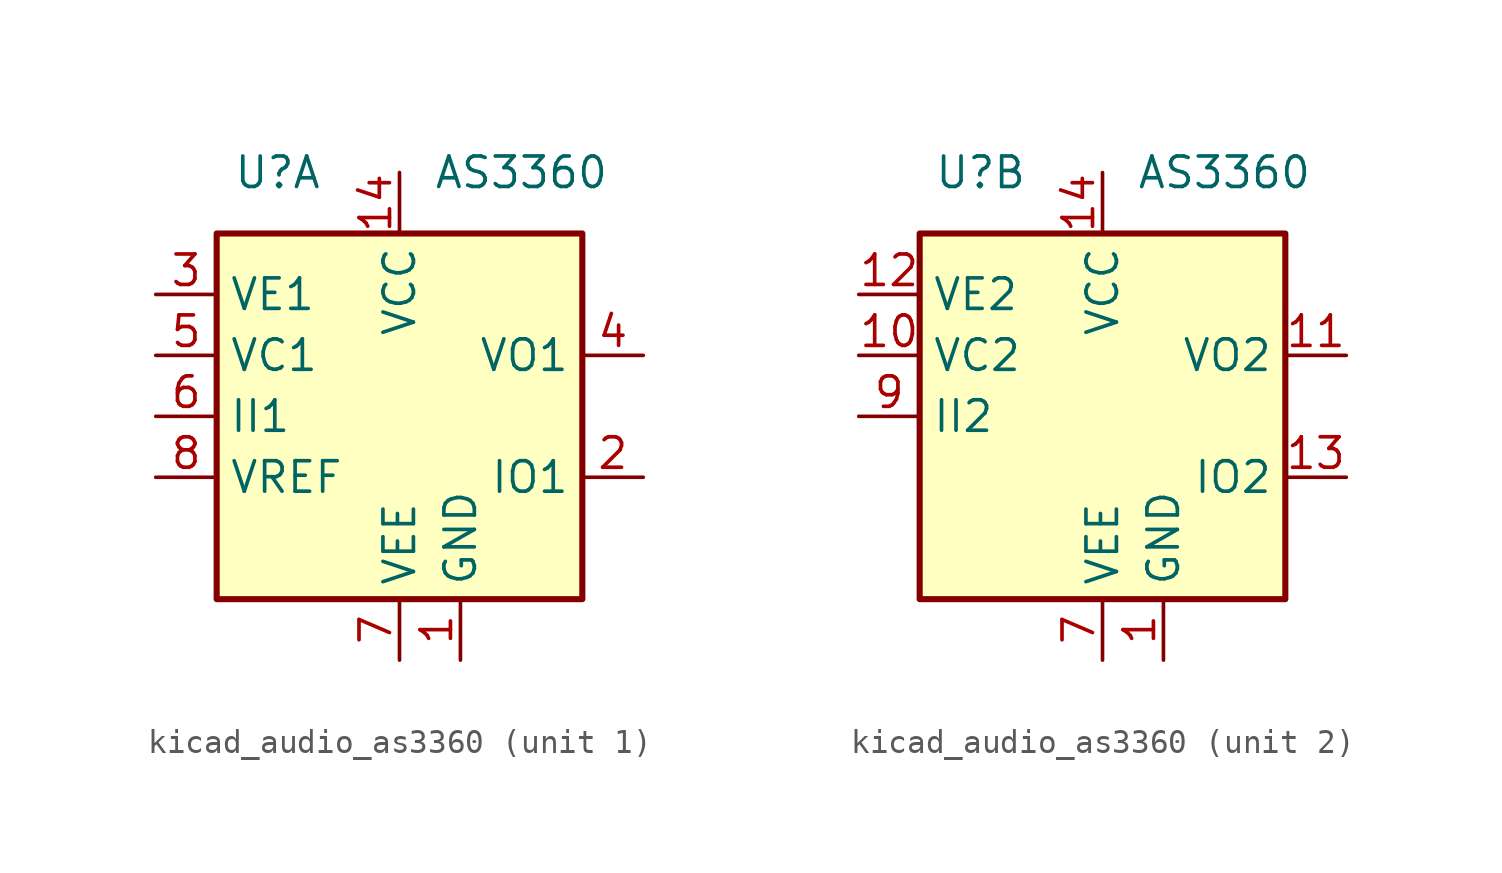
<source format=kicad_sym>
(kicad_symbol_lib
  (version 20220914)
  (generator kicad_symbol_editor)
  (symbol "kicad_audio_as3360"
    (property "Reference" "U"
      (at -5.08 10.16 0)
      (effects (font (size 1.27 1.27))))
    (property "Value" "AS3360"
      (at 5.08 10.16 0)
      (effects (font (size 1.27 1.27))))
    (symbol "kicad_audio_as3360_0_1"
      (rectangle (start -7.62 7.62) (end 7.62 -7.62) (stroke (width 0.254) (type default)) (fill (type background)))
      (pin power_in line (at 2.54 -10.16 90) (length 2.54) (name "GND" (effects (font (size 1.27 1.27)))) (number "1" (effects (font (size 1.27 1.27)))))
      (pin power_in line (at 0 10.16 270) (length 2.54) (name "VCC" (effects (font (size 1.27 1.27)))) (number "14" (effects (font (size 1.27 1.27)))))
      (pin power_in line (at 0 -10.16 90) (length 2.54) (name "VEE" (effects (font (size 1.27 1.27)))) (number "7" (effects (font (size 1.27 1.27))))))
    (symbol "kicad_audio_as3360_1_1"
      (pin output line (at 10.16 -2.54 180) (length 2.54) (name "IO1" (effects (font (size 1.27 1.27)))) (number "2" (effects (font (size 1.27 1.27)))))
      (pin input line (at -10.16 5.08 0) (length 2.54) (name "VE1" (effects (font (size 1.27 1.27)))) (number "3" (effects (font (size 1.27 1.27)))))
      (pin output line (at 10.16 2.54 180) (length 2.54) (name "VO1" (effects (font (size 1.27 1.27)))) (number "4" (effects (font (size 1.27 1.27)))))
      (pin input line (at -10.16 2.54 0) (length 2.54) (name "VC1" (effects (font (size 1.27 1.27)))) (number "5" (effects (font (size 1.27 1.27)))))
      (pin input line (at -10.16 0 0) (length 2.54) (name "II1" (effects (font (size 1.27 1.27)))) (number "6" (effects (font (size 1.27 1.27)))))
      (pin passive line (at -10.16 -2.54 0) (length 2.54) (name "VREF" (effects (font (size 1.27 1.27)))) (number "8" (effects (font (size 1.27 1.27))))))
    (symbol "kicad_audio_as3360_2_1"
      (pin input line (at -10.16 2.54 0) (length 2.54) (name "VC2" (effects (font (size 1.27 1.27)))) (number "10" (effects (font (size 1.27 1.27)))))
      (pin output line (at 10.16 2.54 180) (length 2.54) (name "VO2" (effects (font (size 1.27 1.27)))) (number "11" (effects (font (size 1.27 1.27)))))
      (pin input line (at -10.16 5.08 0) (length 2.54) (name "VE2" (effects (font (size 1.27 1.27)))) (number "12" (effects (font (size 1.27 1.27)))))
      (pin output line (at 10.16 -2.54 180) (length 2.54) (name "IO2" (effects (font (size 1.27 1.27)))) (number "13" (effects (font (size 1.27 1.27)))))
      (pin input line (at -10.16 0 0) (length 2.54) (name "II2" (effects (font (size 1.27 1.27)))) (number "9" (effects (font (size 1.27 1.27))))))))
</source>
